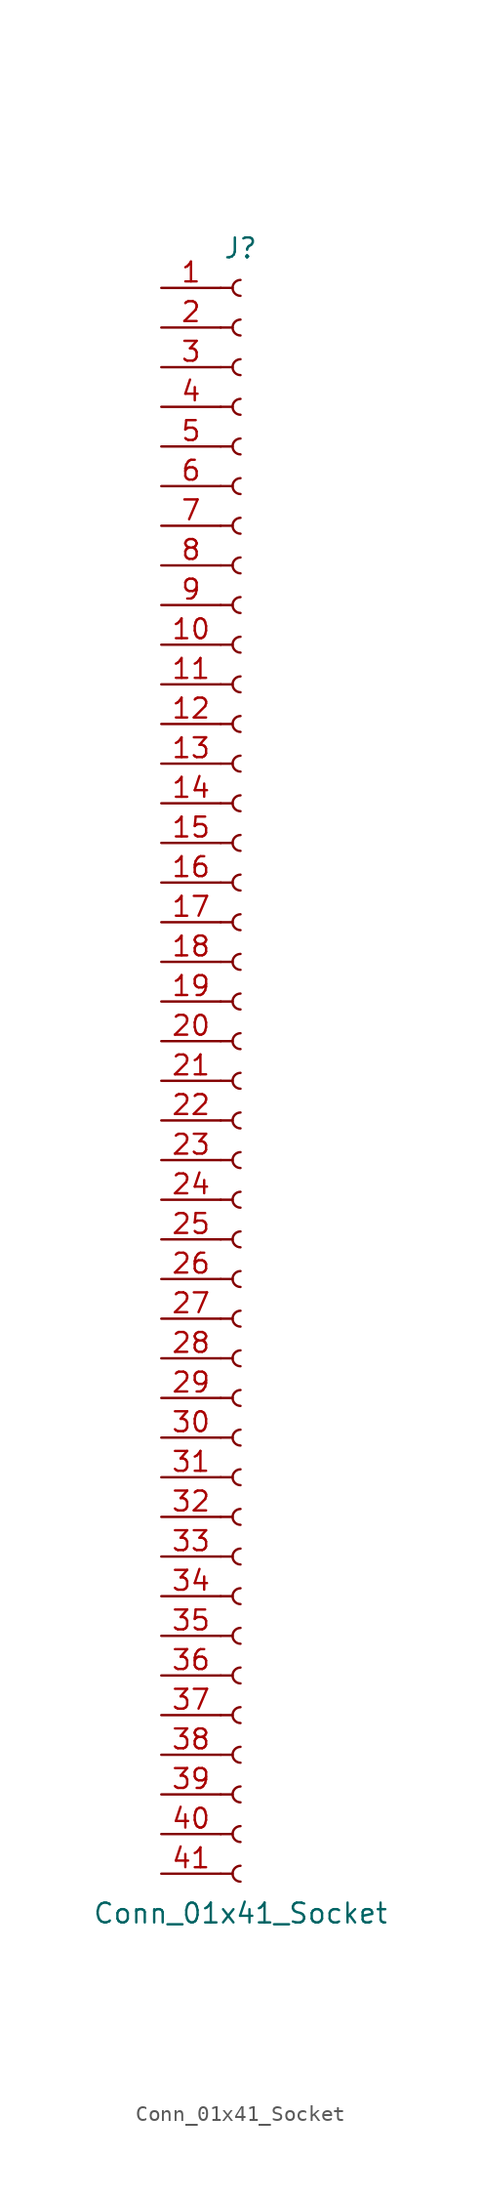
<source format=kicad_sym>
(kicad_symbol_lib
  (version 20241209)
  (generator "kicad_symbol_editor")
  (generator_version "9.0")
  (symbol "Conn_01x41_Socket"
    (pin_names
      (offset 1.016)
      (hide yes))
    (property "Reference" "J"
      (at 0 53.34 0)
      (effects (font (size 1.27 1.27))))
    (property "Value" "Conn_01x41_Socket"
      (at 0 -53.34 0)
      (effects (font (size 1.27 1.27))))
    (property "ki_locked" ""
      (at 0 0 0)
      (effects (font (size 1.27 1.27))))
    (symbol "Conn_01x41_Socket_1_1"
      (polyline (pts (xy -1.27 50.8) (xy -0.508 50.8)) (stroke (width 0.152) (type default)) (fill (type none)))
      (polyline (pts (xy -1.27 48.26) (xy -0.508 48.26)) (stroke (width 0.152) (type default)) (fill (type none)))
      (polyline (pts (xy -1.27 45.72) (xy -0.508 45.72)) (stroke (width 0.152) (type default)) (fill (type none)))
      (polyline (pts (xy -1.27 43.18) (xy -0.508 43.18)) (stroke (width 0.152) (type default)) (fill (type none)))
      (polyline (pts (xy -1.27 40.64) (xy -0.508 40.64)) (stroke (width 0.152) (type default)) (fill (type none)))
      (polyline (pts (xy -1.27 38.1) (xy -0.508 38.1)) (stroke (width 0.152) (type default)) (fill (type none)))
      (polyline (pts (xy -1.27 35.56) (xy -0.508 35.56)) (stroke (width 0.152) (type default)) (fill (type none)))
      (polyline (pts (xy -1.27 33.02) (xy -0.508 33.02)) (stroke (width 0.152) (type default)) (fill (type none)))
      (polyline (pts (xy -1.27 30.48) (xy -0.508 30.48)) (stroke (width 0.152) (type default)) (fill (type none)))
      (polyline (pts (xy -1.27 27.94) (xy -0.508 27.94)) (stroke (width 0.152) (type default)) (fill (type none)))
      (polyline (pts (xy -1.27 25.4) (xy -0.508 25.4)) (stroke (width 0.152) (type default)) (fill (type none)))
      (polyline (pts (xy -1.27 22.86) (xy -0.508 22.86)) (stroke (width 0.152) (type default)) (fill (type none)))
      (polyline (pts (xy -1.27 20.32) (xy -0.508 20.32)) (stroke (width 0.152) (type default)) (fill (type none)))
      (polyline (pts (xy -1.27 17.78) (xy -0.508 17.78)) (stroke (width 0.152) (type default)) (fill (type none)))
      (polyline (pts (xy -1.27 15.24) (xy -0.508 15.24)) (stroke (width 0.152) (type default)) (fill (type none)))
      (polyline (pts (xy -1.27 12.7) (xy -0.508 12.7)) (stroke (width 0.152) (type default)) (fill (type none)))
      (polyline (pts (xy -1.27 10.16) (xy -0.508 10.16)) (stroke (width 0.152) (type default)) (fill (type none)))
      (polyline (pts (xy -1.27 7.62) (xy -0.508 7.62)) (stroke (width 0.152) (type default)) (fill (type none)))
      (polyline (pts (xy -1.27 5.08) (xy -0.508 5.08)) (stroke (width 0.152) (type default)) (fill (type none)))
      (polyline (pts (xy -1.27 2.54) (xy -0.508 2.54)) (stroke (width 0.152) (type default)) (fill (type none)))
      (polyline (pts (xy -1.27 0) (xy -0.508 0)) (stroke (width 0.152) (type default)) (fill (type none)))
      (polyline (pts (xy -1.27 -2.54) (xy -0.508 -2.54)) (stroke (width 0.152) (type default)) (fill (type none)))
      (polyline (pts (xy -1.27 -5.08) (xy -0.508 -5.08)) (stroke (width 0.152) (type default)) (fill (type none)))
      (polyline (pts (xy -1.27 -7.62) (xy -0.508 -7.62)) (stroke (width 0.152) (type default)) (fill (type none)))
      (polyline (pts (xy -1.27 -10.16) (xy -0.508 -10.16)) (stroke (width 0.152) (type default)) (fill (type none)))
      (polyline (pts (xy -1.27 -12.7) (xy -0.508 -12.7)) (stroke (width 0.152) (type default)) (fill (type none)))
      (polyline (pts (xy -1.27 -15.24) (xy -0.508 -15.24)) (stroke (width 0.152) (type default)) (fill (type none)))
      (polyline (pts (xy -1.27 -17.78) (xy -0.508 -17.78)) (stroke (width 0.152) (type default)) (fill (type none)))
      (polyline (pts (xy -1.27 -20.32) (xy -0.508 -20.32)) (stroke (width 0.152) (type default)) (fill (type none)))
      (polyline (pts (xy -1.27 -22.86) (xy -0.508 -22.86)) (stroke (width 0.152) (type default)) (fill (type none)))
      (polyline (pts (xy -1.27 -25.4) (xy -0.508 -25.4)) (stroke (width 0.152) (type default)) (fill (type none)))
      (polyline (pts (xy -1.27 -27.94) (xy -0.508 -27.94)) (stroke (width 0.152) (type default)) (fill (type none)))
      (polyline (pts (xy -1.27 -30.48) (xy -0.508 -30.48)) (stroke (width 0.152) (type default)) (fill (type none)))
      (polyline (pts (xy -1.27 -33.02) (xy -0.508 -33.02)) (stroke (width 0.152) (type default)) (fill (type none)))
      (polyline (pts (xy -1.27 -35.56) (xy -0.508 -35.56)) (stroke (width 0.152) (type default)) (fill (type none)))
      (polyline (pts (xy -1.27 -38.1) (xy -0.508 -38.1)) (stroke (width 0.152) (type default)) (fill (type none)))
      (polyline (pts (xy -1.27 -40.64) (xy -0.508 -40.64)) (stroke (width 0.152) (type default)) (fill (type none)))
      (polyline (pts (xy -1.27 -43.18) (xy -0.508 -43.18)) (stroke (width 0.152) (type default)) (fill (type none)))
      (polyline (pts (xy -1.27 -45.72) (xy -0.508 -45.72)) (stroke (width 0.152) (type default)) (fill (type none)))
      (polyline (pts (xy -1.27 -48.26) (xy -0.508 -48.26)) (stroke (width 0.152) (type default)) (fill (type none)))
      (polyline (pts (xy -1.27 -50.8) (xy -0.508 -50.8)) (stroke (width 0.152) (type default)) (fill (type none)))
      (arc (start 0 50.292) (mid -0.5058 50.8) (end 0 51.308) (stroke (width 0.1524) (type default)) (fill (type none)))
      (arc (start 0 47.752) (mid -0.5058 48.26) (end 0 48.768) (stroke (width 0.1524) (type default)) (fill (type none)))
      (arc (start 0 45.212) (mid -0.5058 45.72) (end 0 46.228) (stroke (width 0.1524) (type default)) (fill (type none)))
      (arc (start 0 42.672) (mid -0.5058 43.18) (end 0 43.688) (stroke (width 0.1524) (type default)) (fill (type none)))
      (arc (start 0 40.132) (mid -0.5058 40.64) (end 0 41.148) (stroke (width 0.1524) (type default)) (fill (type none)))
      (arc (start 0 37.592) (mid -0.5058 38.1) (end 0 38.608) (stroke (width 0.1524) (type default)) (fill (type none)))
      (arc (start 0 35.052) (mid -0.5058 35.56) (end 0 36.068) (stroke (width 0.1524) (type default)) (fill (type none)))
      (arc (start 0 32.512) (mid -0.5058 33.02) (end 0 33.528) (stroke (width 0.1524) (type default)) (fill (type none)))
      (arc (start 0 29.972) (mid -0.5058 30.48) (end 0 30.988) (stroke (width 0.1524) (type default)) (fill (type none)))
      (arc (start 0 27.432) (mid -0.5058 27.94) (end 0 28.448) (stroke (width 0.1524) (type default)) (fill (type none)))
      (arc (start 0 24.892) (mid -0.5058 25.4) (end 0 25.908) (stroke (width 0.1524) (type default)) (fill (type none)))
      (arc (start 0 22.352) (mid -0.5058 22.86) (end 0 23.368) (stroke (width 0.1524) (type default)) (fill (type none)))
      (arc (start 0 19.812) (mid -0.5058 20.32) (end 0 20.828) (stroke (width 0.1524) (type default)) (fill (type none)))
      (arc (start 0 17.272) (mid -0.5058 17.78) (end 0 18.288) (stroke (width 0.1524) (type default)) (fill (type none)))
      (arc (start 0 14.732) (mid -0.5058 15.24) (end 0 15.748) (stroke (width 0.1524) (type default)) (fill (type none)))
      (arc (start 0 12.192) (mid -0.5058 12.7) (end 0 13.208) (stroke (width 0.1524) (type default)) (fill (type none)))
      (arc (start 0 9.652) (mid -0.5058 10.16) (end 0 10.668) (stroke (width 0.1524) (type default)) (fill (type none)))
      (arc (start 0 7.112) (mid -0.5058 7.62) (end 0 8.128) (stroke (width 0.1524) (type default)) (fill (type none)))
      (arc (start 0 4.572) (mid -0.5058 5.08) (end 0 5.588) (stroke (width 0.1524) (type default)) (fill (type none)))
      (arc (start 0 2.032) (mid -0.5058 2.54) (end 0 3.048) (stroke (width 0.1524) (type default)) (fill (type none)))
      (arc (start 0 -0.508) (mid -0.5058 0) (end 0 0.508) (stroke (width 0.1524) (type default)) (fill (type none)))
      (arc (start 0 -3.048) (mid -0.5058 -2.54) (end 0 -2.032) (stroke (width 0.1524) (type default)) (fill (type none)))
      (arc (start 0 -5.588) (mid -0.5058 -5.08) (end 0 -4.572) (stroke (width 0.1524) (type default)) (fill (type none)))
      (arc (start 0 -8.128) (mid -0.5058 -7.62) (end 0 -7.112) (stroke (width 0.1524) (type default)) (fill (type none)))
      (arc (start 0 -10.668) (mid -0.5058 -10.16) (end 0 -9.652) (stroke (width 0.1524) (type default)) (fill (type none)))
      (arc (start 0 -13.208) (mid -0.5058 -12.7) (end 0 -12.192) (stroke (width 0.1524) (type default)) (fill (type none)))
      (arc (start 0 -15.748) (mid -0.5058 -15.24) (end 0 -14.732) (stroke (width 0.1524) (type default)) (fill (type none)))
      (arc (start 0 -18.288) (mid -0.5058 -17.78) (end 0 -17.272) (stroke (width 0.1524) (type default)) (fill (type none)))
      (arc (start 0 -20.828) (mid -0.5058 -20.32) (end 0 -19.812) (stroke (width 0.1524) (type default)) (fill (type none)))
      (arc (start 0 -23.368) (mid -0.5058 -22.86) (end 0 -22.352) (stroke (width 0.1524) (type default)) (fill (type none)))
      (arc (start 0 -25.908) (mid -0.5058 -25.4) (end 0 -24.892) (stroke (width 0.1524) (type default)) (fill (type none)))
      (arc (start 0 -28.448) (mid -0.5058 -27.94) (end 0 -27.432) (stroke (width 0.1524) (type default)) (fill (type none)))
      (arc (start 0 -30.988) (mid -0.5058 -30.48) (end 0 -29.972) (stroke (width 0.1524) (type default)) (fill (type none)))
      (arc (start 0 -33.528) (mid -0.5058 -33.02) (end 0 -32.512) (stroke (width 0.1524) (type default)) (fill (type none)))
      (arc (start 0 -36.068) (mid -0.5058 -35.56) (end 0 -35.052) (stroke (width 0.1524) (type default)) (fill (type none)))
      (arc (start 0 -38.608) (mid -0.5058 -38.1) (end 0 -37.592) (stroke (width 0.1524) (type default)) (fill (type none)))
      (arc (start 0 -41.148) (mid -0.5058 -40.64) (end 0 -40.132) (stroke (width 0.1524) (type default)) (fill (type none)))
      (arc (start 0 -43.688) (mid -0.5058 -43.18) (end 0 -42.672) (stroke (width 0.1524) (type default)) (fill (type none)))
      (arc (start 0 -46.228) (mid -0.5058 -45.72) (end 0 -45.212) (stroke (width 0.1524) (type default)) (fill (type none)))
      (arc (start 0 -48.768) (mid -0.5058 -48.26) (end 0 -47.752) (stroke (width 0.1524) (type default)) (fill (type none)))
      (arc (start 0 -51.308) (mid -0.5058 -50.8) (end 0 -50.292) (stroke (width 0.1524) (type default)) (fill (type none)))
      (pin passive line (at -5.08 50.8 0) (length 3.81) (name "Pin_1" (effects (font (size 1.27 1.27)))) (number "1" (effects (font (size 1.27 1.27)))))
      (pin passive line (at -5.08 48.26 0) (length 3.81) (name "Pin_2" (effects (font (size 1.27 1.27)))) (number "2" (effects (font (size 1.27 1.27)))))
      (pin passive line (at -5.08 45.72 0) (length 3.81) (name "Pin_3" (effects (font (size 1.27 1.27)))) (number "3" (effects (font (size 1.27 1.27)))))
      (pin passive line (at -5.08 43.18 0) (length 3.81) (name "Pin_4" (effects (font (size 1.27 1.27)))) (number "4" (effects (font (size 1.27 1.27)))))
      (pin passive line (at -5.08 40.64 0) (length 3.81) (name "Pin_5" (effects (font (size 1.27 1.27)))) (number "5" (effects (font (size 1.27 1.27)))))
      (pin passive line (at -5.08 38.1 0) (length 3.81) (name "Pin_6" (effects (font (size 1.27 1.27)))) (number "6" (effects (font (size 1.27 1.27)))))
      (pin passive line (at -5.08 35.56 0) (length 3.81) (name "Pin_7" (effects (font (size 1.27 1.27)))) (number "7" (effects (font (size 1.27 1.27)))))
      (pin passive line (at -5.08 33.02 0) (length 3.81) (name "Pin_8" (effects (font (size 1.27 1.27)))) (number "8" (effects (font (size 1.27 1.27)))))
      (pin passive line (at -5.08 30.48 0) (length 3.81) (name "Pin_9" (effects (font (size 1.27 1.27)))) (number "9" (effects (font (size 1.27 1.27)))))
      (pin passive line (at -5.08 27.94 0) (length 3.81) (name "Pin_10" (effects (font (size 1.27 1.27)))) (number "10" (effects (font (size 1.27 1.27)))))
      (pin passive line (at -5.08 25.4 0) (length 3.81) (name "Pin_11" (effects (font (size 1.27 1.27)))) (number "11" (effects (font (size 1.27 1.27)))))
      (pin passive line (at -5.08 22.86 0) (length 3.81) (name "Pin_12" (effects (font (size 1.27 1.27)))) (number "12" (effects (font (size 1.27 1.27)))))
      (pin passive line (at -5.08 20.32 0) (length 3.81) (name "Pin_13" (effects (font (size 1.27 1.27)))) (number "13" (effects (font (size 1.27 1.27)))))
      (pin passive line (at -5.08 17.78 0) (length 3.81) (name "Pin_14" (effects (font (size 1.27 1.27)))) (number "14" (effects (font (size 1.27 1.27)))))
      (pin passive line (at -5.08 15.24 0) (length 3.81) (name "Pin_15" (effects (font (size 1.27 1.27)))) (number "15" (effects (font (size 1.27 1.27)))))
      (pin passive line (at -5.08 12.7 0) (length 3.81) (name "Pin_16" (effects (font (size 1.27 1.27)))) (number "16" (effects (font (size 1.27 1.27)))))
      (pin passive line (at -5.08 10.16 0) (length 3.81) (name "Pin_17" (effects (font (size 1.27 1.27)))) (number "17" (effects (font (size 1.27 1.27)))))
      (pin passive line (at -5.08 7.62 0) (length 3.81) (name "Pin_18" (effects (font (size 1.27 1.27)))) (number "18" (effects (font (size 1.27 1.27)))))
      (pin passive line (at -5.08 5.08 0) (length 3.81) (name "Pin_19" (effects (font (size 1.27 1.27)))) (number "19" (effects (font (size 1.27 1.27)))))
      (pin passive line (at -5.08 2.54 0) (length 3.81) (name "Pin_20" (effects (font (size 1.27 1.27)))) (number "20" (effects (font (size 1.27 1.27)))))
      (pin passive line (at -5.08 0 0) (length 3.81) (name "Pin_21" (effects (font (size 1.27 1.27)))) (number "21" (effects (font (size 1.27 1.27)))))
      (pin passive line (at -5.08 -2.54 0) (length 3.81) (name "Pin_22" (effects (font (size 1.27 1.27)))) (number "22" (effects (font (size 1.27 1.27)))))
      (pin passive line (at -5.08 -5.08 0) (length 3.81) (name "Pin_23" (effects (font (size 1.27 1.27)))) (number "23" (effects (font (size 1.27 1.27)))))
      (pin passive line (at -5.08 -7.62 0) (length 3.81) (name "Pin_24" (effects (font (size 1.27 1.27)))) (number "24" (effects (font (size 1.27 1.27)))))
      (pin passive line (at -5.08 -10.16 0) (length 3.81) (name "Pin_25" (effects (font (size 1.27 1.27)))) (number "25" (effects (font (size 1.27 1.27)))))
      (pin passive line (at -5.08 -12.7 0) (length 3.81) (name "Pin_26" (effects (font (size 1.27 1.27)))) (number "26" (effects (font (size 1.27 1.27)))))
      (pin passive line (at -5.08 -15.24 0) (length 3.81) (name "Pin_27" (effects (font (size 1.27 1.27)))) (number "27" (effects (font (size 1.27 1.27)))))
      (pin passive line (at -5.08 -17.78 0) (length 3.81) (name "Pin_28" (effects (font (size 1.27 1.27)))) (number "28" (effects (font (size 1.27 1.27)))))
      (pin passive line (at -5.08 -20.32 0) (length 3.81) (name "Pin_29" (effects (font (size 1.27 1.27)))) (number "29" (effects (font (size 1.27 1.27)))))
      (pin passive line (at -5.08 -22.86 0) (length 3.81) (name "Pin_30" (effects (font (size 1.27 1.27)))) (number "30" (effects (font (size 1.27 1.27)))))
      (pin passive line (at -5.08 -25.4 0) (length 3.81) (name "Pin_31" (effects (font (size 1.27 1.27)))) (number "31" (effects (font (size 1.27 1.27)))))
      (pin passive line (at -5.08 -27.94 0) (length 3.81) (name "Pin_32" (effects (font (size 1.27 1.27)))) (number "32" (effects (font (size 1.27 1.27)))))
      (pin passive line (at -5.08 -30.48 0) (length 3.81) (name "Pin_33" (effects (font (size 1.27 1.27)))) (number "33" (effects (font (size 1.27 1.27)))))
      (pin passive line (at -5.08 -33.02 0) (length 3.81) (name "Pin_34" (effects (font (size 1.27 1.27)))) (number "34" (effects (font (size 1.27 1.27)))))
      (pin passive line (at -5.08 -35.56 0) (length 3.81) (name "Pin_35" (effects (font (size 1.27 1.27)))) (number "35" (effects (font (size 1.27 1.27)))))
      (pin passive line (at -5.08 -38.1 0) (length 3.81) (name "Pin_36" (effects (font (size 1.27 1.27)))) (number "36" (effects (font (size 1.27 1.27)))))
      (pin passive line (at -5.08 -40.64 0) (length 3.81) (name "Pin_37" (effects (font (size 1.27 1.27)))) (number "37" (effects (font (size 1.27 1.27)))))
      (pin passive line (at -5.08 -43.18 0) (length 3.81) (name "Pin_38" (effects (font (size 1.27 1.27)))) (number "38" (effects (font (size 1.27 1.27)))))
      (pin passive line (at -5.08 -45.72 0) (length 3.81) (name "Pin_39" (effects (font (size 1.27 1.27)))) (number "39" (effects (font (size 1.27 1.27)))))
      (pin passive line (at -5.08 -48.26 0) (length 3.81) (name "Pin_40" (effects (font (size 1.27 1.27)))) (number "40" (effects (font (size 1.27 1.27)))))
      (pin passive line (at -5.08 -50.8 0) (length 3.81) (name "Pin_41" (effects (font (size 1.27 1.27)))) (number "41" (effects (font (size 1.27 1.27))))))))
</source>
